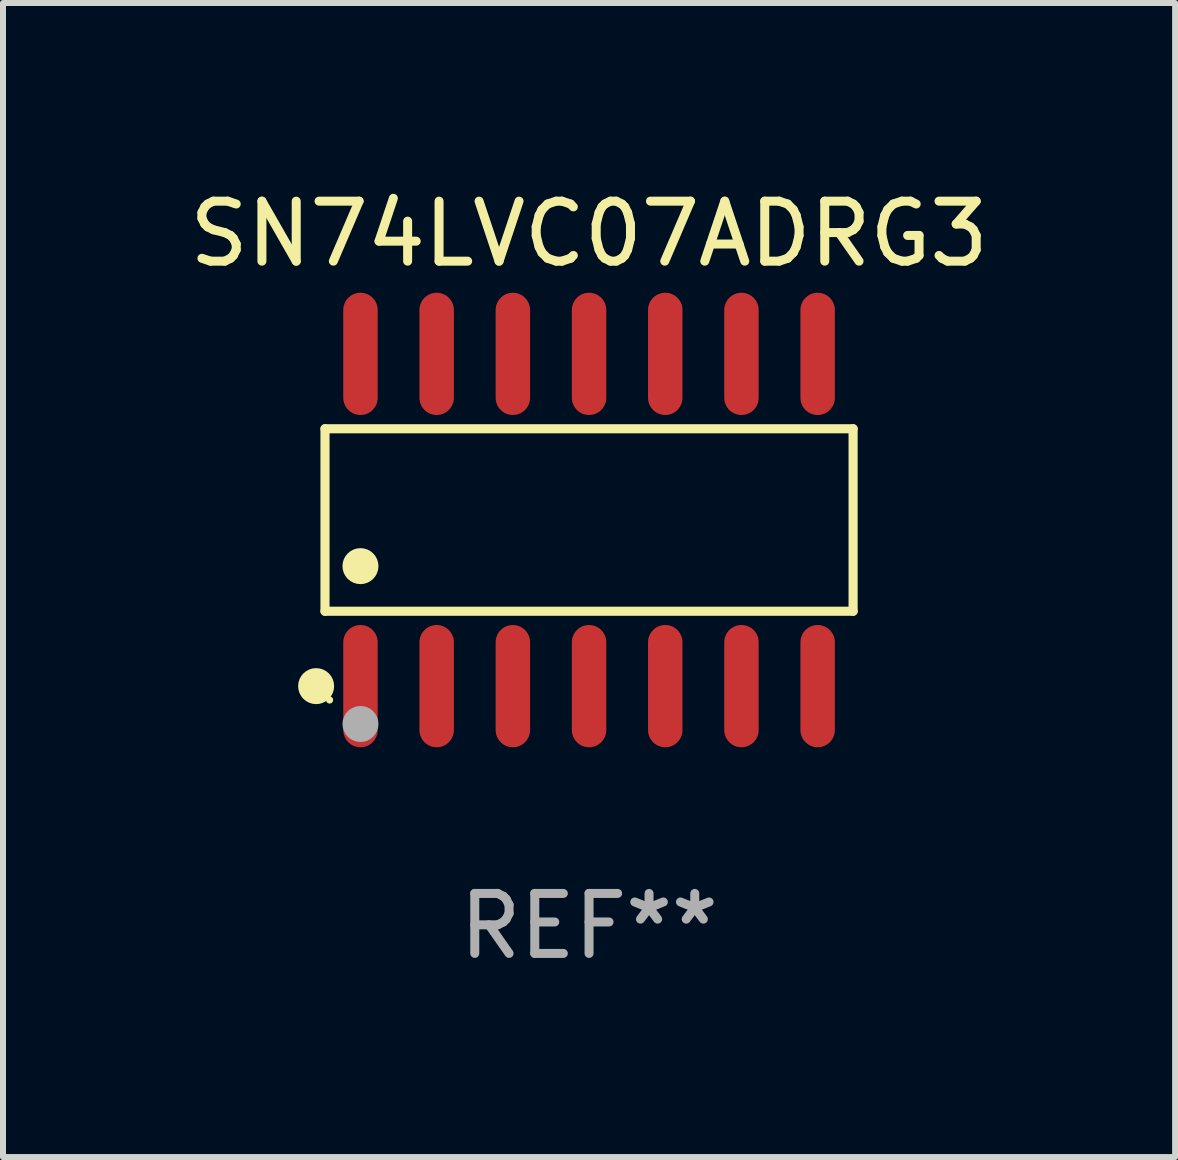
<source format=kicad_pcb>
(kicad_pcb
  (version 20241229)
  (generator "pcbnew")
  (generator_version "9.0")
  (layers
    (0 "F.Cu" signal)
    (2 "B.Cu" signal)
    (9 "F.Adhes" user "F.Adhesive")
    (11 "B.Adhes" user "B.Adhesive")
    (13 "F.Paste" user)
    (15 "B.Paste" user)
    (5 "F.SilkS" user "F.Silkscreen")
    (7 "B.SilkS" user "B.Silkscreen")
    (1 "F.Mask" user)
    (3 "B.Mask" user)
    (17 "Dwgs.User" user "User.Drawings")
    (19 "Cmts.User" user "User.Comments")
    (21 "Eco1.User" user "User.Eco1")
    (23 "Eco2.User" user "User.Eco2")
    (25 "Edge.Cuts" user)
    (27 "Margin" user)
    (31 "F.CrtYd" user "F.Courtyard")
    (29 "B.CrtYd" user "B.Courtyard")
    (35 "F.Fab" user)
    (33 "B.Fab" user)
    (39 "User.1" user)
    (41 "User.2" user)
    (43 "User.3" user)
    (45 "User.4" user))
  (footprint "SN74LVC07ADRG3"
    (layer "F.Cu")
    (at 6.768 5.617)
    (property "Reference" "SN74LVC07ADRG3" (at 0 -4.769 0) (layer "F.SilkS") (effects (font (size 1 1) (thickness 0.15))))
    (attr through_hole)
    (fp_line (start -4.401 -1.521) (end 4.401 -1.521) (stroke (width 0.152) (type solid)) (layer "F.SilkS"))
    (fp_line (start -4.401 1.521) (end -4.401 -1.521) (stroke (width 0.152) (type solid)) (layer "F.SilkS"))
    (fp_line (start 4.401 -1.521) (end 4.401 1.521) (stroke (width 0.152) (type solid)) (layer "F.SilkS"))
    (fp_line (start 4.401 1.521) (end -4.401 1.521) (stroke (width 0.152) (type solid)) (layer "F.SilkS"))
    (fp_circle (center -4.549 2.769) (end -4.399 2.769) (stroke (width 0.3) (type solid)) (fill no) (layer "F.SilkS"))
    (fp_circle (center -4.325 3) (end -4.295 3) (stroke (width 0.06) (type solid)) (fill no) (layer "F.SilkS"))
    (fp_circle (center -3.81 0.769) (end -3.66 0.769) (stroke (width 0.3) (type solid)) (fill no) (layer "F.SilkS"))
    (fp_circle (center -3.81 3.4) (end -3.66 3.4) (stroke (width 0.3) (type solid)) (fill no) (layer "F.Fab"))
    (fp_text user "REF**" (at 0 6.769 0) (layer "F.Fab") (effects (font (size 1 1) (thickness 0.15))))
    (pad "1" smd oval (at -3.81 2.769) (size 0.574 2.038) (layers "F.Cu" "F.Mask" "F.Paste"))
    (pad "2" smd oval (at -2.54 2.769) (size 0.574 2.038) (layers "F.Cu" "F.Mask" "F.Paste"))
    (pad "3" smd oval (at -1.27 2.769) (size 0.574 2.038) (layers "F.Cu" "F.Mask" "F.Paste"))
    (pad "4" smd oval (at 0 2.769) (size 0.574 2.038) (layers "F.Cu" "F.Mask" "F.Paste"))
    (pad "5" smd oval (at 1.27 2.769) (size 0.574 2.038) (layers "F.Cu" "F.Mask" "F.Paste"))
    (pad "6" smd oval (at 2.54 2.769) (size 0.574 2.038) (layers "F.Cu" "F.Mask" "F.Paste"))
    (pad "7" smd oval (at 3.81 2.769) (size 0.574 2.038) (layers "F.Cu" "F.Mask" "F.Paste"))
    (pad "8" smd oval (at 3.81 -2.769) (size 0.574 2.038) (layers "F.Cu" "F.Mask" "F.Paste"))
    (pad "9" smd oval (at 2.54 -2.769) (size 0.574 2.038) (layers "F.Cu" "F.Mask" "F.Paste"))
    (pad "10" smd oval (at 1.27 -2.769) (size 0.574 2.038) (layers "F.Cu" "F.Mask" "F.Paste"))
    (pad "11" smd oval (at 0 -2.769) (size 0.574 2.038) (layers "F.Cu" "F.Mask" "F.Paste"))
    (pad "12" smd oval (at -1.27 -2.769) (size 0.574 2.038) (layers "F.Cu" "F.Mask" "F.Paste"))
    (pad "13" smd oval (at -2.54 -2.769) (size 0.574 2.038) (layers "F.Cu" "F.Mask" "F.Paste"))
    (pad "14" smd oval (at -3.81 -2.769) (size 0.574 2.038) (layers "F.Cu" "F.Mask" "F.Paste")))
  (gr_rect
    (start -3 -3)
    (end 16.536 16.235)
    (stroke (width 0.1) (type default))
    (fill no)
    (layer "Edge.Cuts")))
</source>
